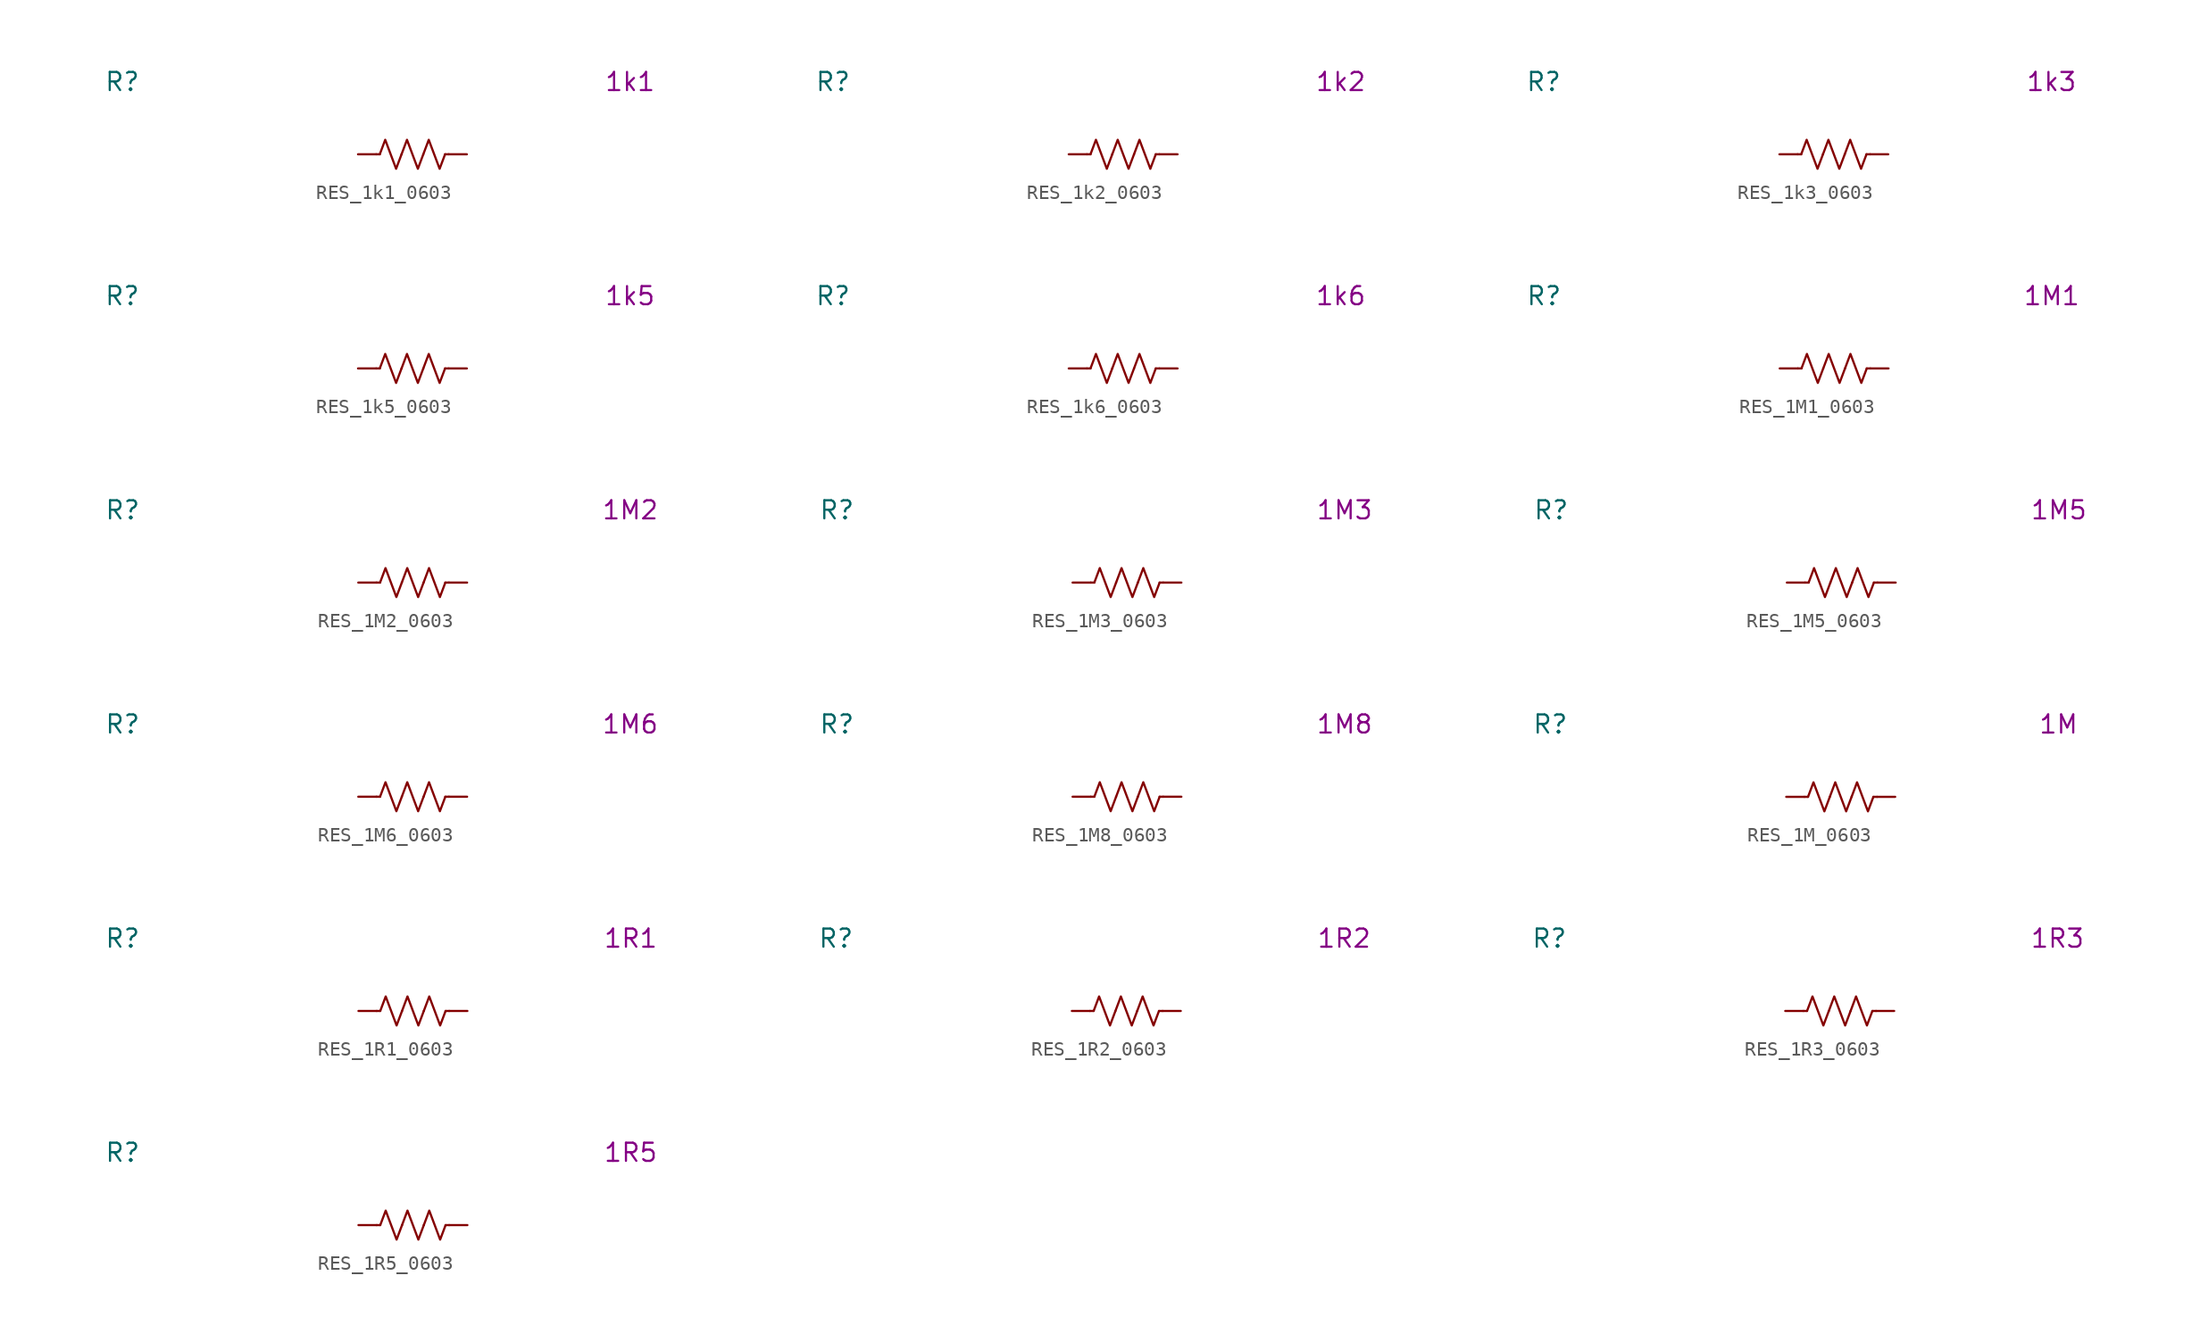
<source format=kicad_sym>
(kicad_symbol_lib
  (version 20231120)
  (generator "kicad_symbol_editor")
  (generator_version "8.0")
  (symbol "RES_1k1_0603"
    (pin_numbers hide)
    (property "Reference" "R"
      (at -20.32 5.08 0)
      (effects (font (size 1.27 1.27))))
    (property "Display Value" "1k1"
      (at 15.24 5.08 0)
      (effects (font (size 1.27 1.27))))
    (symbol "RES_1k1_0603_0_1"
      (polyline (pts (xy -2.286 0) (xy -2.54 0)) (stroke (width 0) (type default)) (fill (type none)))
      (polyline (pts (xy 2.286 0) (xy 2.54 0)) (stroke (width 0) (type default)) (fill (type none)))
      (polyline (pts (xy -2.286 0) (xy -1.905 1.016) (xy -1.524 0) (xy -1.143 -1.016) (xy -0.762 0)) (stroke (width 0) (type default)) (fill (type none)))
      (polyline (pts (xy -0.762 0) (xy -0.381 1.016) (xy 0 0) (xy 0.381 -1.016) (xy 0.762 0)) (stroke (width 0) (type default)) (fill (type none)))
      (polyline (pts (xy 0.762 0) (xy 1.143 1.016) (xy 1.524 0) (xy 1.905 -1.016) (xy 2.286 0)) (stroke (width 0) (type default)) (fill (type none))))
    (symbol "RES_1k1_0603_1_1"
      (pin passive line (at -3.81 0 0) (length 1.27) (name "~" (effects (font (size 1.27 1.27)))) (number "1" (effects (font (size 1.27 1.27)))))
      (pin passive line (at 3.81 0 180) (length 1.27) (name "~" (effects (font (size 1.27 1.27)))) (number "2" (effects (font (size 1.27 1.27)))))))
  (symbol "RES_1k2_0603"
    (pin_numbers hide)
    (property "Reference" "R"
      (at -20.32 5.08 0)
      (effects (font (size 1.27 1.27))))
    (property "Display Value" "1k2"
      (at 15.24 5.08 0)
      (effects (font (size 1.27 1.27))))
    (symbol "RES_1k2_0603_0_1"
      (polyline (pts (xy -2.286 0) (xy -2.54 0)) (stroke (width 0) (type default)) (fill (type none)))
      (polyline (pts (xy 2.286 0) (xy 2.54 0)) (stroke (width 0) (type default)) (fill (type none)))
      (polyline (pts (xy -2.286 0) (xy -1.905 1.016) (xy -1.524 0) (xy -1.143 -1.016) (xy -0.762 0)) (stroke (width 0) (type default)) (fill (type none)))
      (polyline (pts (xy -0.762 0) (xy -0.381 1.016) (xy 0 0) (xy 0.381 -1.016) (xy 0.762 0)) (stroke (width 0) (type default)) (fill (type none)))
      (polyline (pts (xy 0.762 0) (xy 1.143 1.016) (xy 1.524 0) (xy 1.905 -1.016) (xy 2.286 0)) (stroke (width 0) (type default)) (fill (type none))))
    (symbol "RES_1k2_0603_1_1"
      (pin passive line (at -3.81 0 0) (length 1.27) (name "~" (effects (font (size 1.27 1.27)))) (number "1" (effects (font (size 1.27 1.27)))))
      (pin passive line (at 3.81 0 180) (length 1.27) (name "~" (effects (font (size 1.27 1.27)))) (number "2" (effects (font (size 1.27 1.27)))))))
  (symbol "RES_1k3_0603"
    (pin_numbers hide)
    (property "Reference" "R"
      (at -20.32 5.08 0)
      (effects (font (size 1.27 1.27))))
    (property "Display Value" "1k3"
      (at 15.24 5.08 0)
      (effects (font (size 1.27 1.27))))
    (symbol "RES_1k3_0603_0_1"
      (polyline (pts (xy -2.286 0) (xy -2.54 0)) (stroke (width 0) (type default)) (fill (type none)))
      (polyline (pts (xy 2.286 0) (xy 2.54 0)) (stroke (width 0) (type default)) (fill (type none)))
      (polyline (pts (xy -2.286 0) (xy -1.905 1.016) (xy -1.524 0) (xy -1.143 -1.016) (xy -0.762 0)) (stroke (width 0) (type default)) (fill (type none)))
      (polyline (pts (xy -0.762 0) (xy -0.381 1.016) (xy 0 0) (xy 0.381 -1.016) (xy 0.762 0)) (stroke (width 0) (type default)) (fill (type none)))
      (polyline (pts (xy 0.762 0) (xy 1.143 1.016) (xy 1.524 0) (xy 1.905 -1.016) (xy 2.286 0)) (stroke (width 0) (type default)) (fill (type none))))
    (symbol "RES_1k3_0603_1_1"
      (pin passive line (at -3.81 0 0) (length 1.27) (name "~" (effects (font (size 1.27 1.27)))) (number "1" (effects (font (size 1.27 1.27)))))
      (pin passive line (at 3.81 0 180) (length 1.27) (name "~" (effects (font (size 1.27 1.27)))) (number "2" (effects (font (size 1.27 1.27)))))))
  (symbol "RES_1k5_0603"
    (pin_numbers hide)
    (property "Reference" "R"
      (at -20.32 5.08 0)
      (effects (font (size 1.27 1.27))))
    (property "Display Value" "1k5"
      (at 15.24 5.08 0)
      (effects (font (size 1.27 1.27))))
    (symbol "RES_1k5_0603_0_1"
      (polyline (pts (xy -2.286 0) (xy -2.54 0)) (stroke (width 0) (type default)) (fill (type none)))
      (polyline (pts (xy 2.286 0) (xy 2.54 0)) (stroke (width 0) (type default)) (fill (type none)))
      (polyline (pts (xy -2.286 0) (xy -1.905 1.016) (xy -1.524 0) (xy -1.143 -1.016) (xy -0.762 0)) (stroke (width 0) (type default)) (fill (type none)))
      (polyline (pts (xy -0.762 0) (xy -0.381 1.016) (xy 0 0) (xy 0.381 -1.016) (xy 0.762 0)) (stroke (width 0) (type default)) (fill (type none)))
      (polyline (pts (xy 0.762 0) (xy 1.143 1.016) (xy 1.524 0) (xy 1.905 -1.016) (xy 2.286 0)) (stroke (width 0) (type default)) (fill (type none))))
    (symbol "RES_1k5_0603_1_1"
      (pin passive line (at -3.81 0 0) (length 1.27) (name "~" (effects (font (size 1.27 1.27)))) (number "1" (effects (font (size 1.27 1.27)))))
      (pin passive line (at 3.81 0 180) (length 1.27) (name "~" (effects (font (size 1.27 1.27)))) (number "2" (effects (font (size 1.27 1.27)))))))
  (symbol "RES_1k6_0603"
    (pin_numbers hide)
    (property "Reference" "R"
      (at -20.32 5.08 0)
      (effects (font (size 1.27 1.27))))
    (property "Display Value" "1k6"
      (at 15.24 5.08 0)
      (effects (font (size 1.27 1.27))))
    (symbol "RES_1k6_0603_0_1"
      (polyline (pts (xy -2.286 0) (xy -2.54 0)) (stroke (width 0) (type default)) (fill (type none)))
      (polyline (pts (xy 2.286 0) (xy 2.54 0)) (stroke (width 0) (type default)) (fill (type none)))
      (polyline (pts (xy -2.286 0) (xy -1.905 1.016) (xy -1.524 0) (xy -1.143 -1.016) (xy -0.762 0)) (stroke (width 0) (type default)) (fill (type none)))
      (polyline (pts (xy -0.762 0) (xy -0.381 1.016) (xy 0 0) (xy 0.381 -1.016) (xy 0.762 0)) (stroke (width 0) (type default)) (fill (type none)))
      (polyline (pts (xy 0.762 0) (xy 1.143 1.016) (xy 1.524 0) (xy 1.905 -1.016) (xy 2.286 0)) (stroke (width 0) (type default)) (fill (type none))))
    (symbol "RES_1k6_0603_1_1"
      (pin passive line (at -3.81 0 0) (length 1.27) (name "~" (effects (font (size 1.27 1.27)))) (number "1" (effects (font (size 1.27 1.27)))))
      (pin passive line (at 3.81 0 180) (length 1.27) (name "~" (effects (font (size 1.27 1.27)))) (number "2" (effects (font (size 1.27 1.27)))))))
  (symbol "RES_1M1_0603"
    (pin_numbers hide)
    (property "Reference" "R"
      (at -20.32 5.08 0)
      (effects (font (size 1.27 1.27))))
    (property "Display Value" "1M1"
      (at 15.24 5.08 0)
      (effects (font (size 1.27 1.27))))
    (symbol "RES_1M1_0603_0_1"
      (polyline (pts (xy -2.286 0) (xy -2.54 0)) (stroke (width 0) (type default)) (fill (type none)))
      (polyline (pts (xy 2.286 0) (xy 2.54 0)) (stroke (width 0) (type default)) (fill (type none)))
      (polyline (pts (xy -2.286 0) (xy -1.905 1.016) (xy -1.524 0) (xy -1.143 -1.016) (xy -0.762 0)) (stroke (width 0) (type default)) (fill (type none)))
      (polyline (pts (xy -0.762 0) (xy -0.381 1.016) (xy 0 0) (xy 0.381 -1.016) (xy 0.762 0)) (stroke (width 0) (type default)) (fill (type none)))
      (polyline (pts (xy 0.762 0) (xy 1.143 1.016) (xy 1.524 0) (xy 1.905 -1.016) (xy 2.286 0)) (stroke (width 0) (type default)) (fill (type none))))
    (symbol "RES_1M1_0603_1_1"
      (pin passive line (at -3.81 0 0) (length 1.27) (name "~" (effects (font (size 1.27 1.27)))) (number "1" (effects (font (size 1.27 1.27)))))
      (pin passive line (at 3.81 0 180) (length 1.27) (name "~" (effects (font (size 1.27 1.27)))) (number "2" (effects (font (size 1.27 1.27)))))))
  (symbol "RES_1M2_0603"
    (pin_numbers hide)
    (property "Reference" "R"
      (at -20.32 5.08 0)
      (effects (font (size 1.27 1.27))))
    (property "Display Value" "1M2"
      (at 15.24 5.08 0)
      (effects (font (size 1.27 1.27))))
    (symbol "RES_1M2_0603_0_1"
      (polyline (pts (xy -2.286 0) (xy -2.54 0)) (stroke (width 0) (type default)) (fill (type none)))
      (polyline (pts (xy 2.286 0) (xy 2.54 0)) (stroke (width 0) (type default)) (fill (type none)))
      (polyline (pts (xy -2.286 0) (xy -1.905 1.016) (xy -1.524 0) (xy -1.143 -1.016) (xy -0.762 0)) (stroke (width 0) (type default)) (fill (type none)))
      (polyline (pts (xy -0.762 0) (xy -0.381 1.016) (xy 0 0) (xy 0.381 -1.016) (xy 0.762 0)) (stroke (width 0) (type default)) (fill (type none)))
      (polyline (pts (xy 0.762 0) (xy 1.143 1.016) (xy 1.524 0) (xy 1.905 -1.016) (xy 2.286 0)) (stroke (width 0) (type default)) (fill (type none))))
    (symbol "RES_1M2_0603_1_1"
      (pin passive line (at -3.81 0 0) (length 1.27) (name "~" (effects (font (size 1.27 1.27)))) (number "1" (effects (font (size 1.27 1.27)))))
      (pin passive line (at 3.81 0 180) (length 1.27) (name "~" (effects (font (size 1.27 1.27)))) (number "2" (effects (font (size 1.27 1.27)))))))
  (symbol "RES_1M3_0603"
    (pin_numbers hide)
    (property "Reference" "R"
      (at -20.32 5.08 0)
      (effects (font (size 1.27 1.27))))
    (property "Display Value" "1M3"
      (at 15.24 5.08 0)
      (effects (font (size 1.27 1.27))))
    (symbol "RES_1M3_0603_0_1"
      (polyline (pts (xy -2.286 0) (xy -2.54 0)) (stroke (width 0) (type default)) (fill (type none)))
      (polyline (pts (xy 2.286 0) (xy 2.54 0)) (stroke (width 0) (type default)) (fill (type none)))
      (polyline (pts (xy -2.286 0) (xy -1.905 1.016) (xy -1.524 0) (xy -1.143 -1.016) (xy -0.762 0)) (stroke (width 0) (type default)) (fill (type none)))
      (polyline (pts (xy -0.762 0) (xy -0.381 1.016) (xy 0 0) (xy 0.381 -1.016) (xy 0.762 0)) (stroke (width 0) (type default)) (fill (type none)))
      (polyline (pts (xy 0.762 0) (xy 1.143 1.016) (xy 1.524 0) (xy 1.905 -1.016) (xy 2.286 0)) (stroke (width 0) (type default)) (fill (type none))))
    (symbol "RES_1M3_0603_1_1"
      (pin passive line (at -3.81 0 0) (length 1.27) (name "~" (effects (font (size 1.27 1.27)))) (number "1" (effects (font (size 1.27 1.27)))))
      (pin passive line (at 3.81 0 180) (length 1.27) (name "~" (effects (font (size 1.27 1.27)))) (number "2" (effects (font (size 1.27 1.27)))))))
  (symbol "RES_1M5_0603"
    (pin_numbers hide)
    (property "Reference" "R"
      (at -20.32 5.08 0)
      (effects (font (size 1.27 1.27))))
    (property "Display Value" "1M5"
      (at 15.24 5.08 0)
      (effects (font (size 1.27 1.27))))
    (symbol "RES_1M5_0603_0_1"
      (polyline (pts (xy -2.286 0) (xy -2.54 0)) (stroke (width 0) (type default)) (fill (type none)))
      (polyline (pts (xy 2.286 0) (xy 2.54 0)) (stroke (width 0) (type default)) (fill (type none)))
      (polyline (pts (xy -2.286 0) (xy -1.905 1.016) (xy -1.524 0) (xy -1.143 -1.016) (xy -0.762 0)) (stroke (width 0) (type default)) (fill (type none)))
      (polyline (pts (xy -0.762 0) (xy -0.381 1.016) (xy 0 0) (xy 0.381 -1.016) (xy 0.762 0)) (stroke (width 0) (type default)) (fill (type none)))
      (polyline (pts (xy 0.762 0) (xy 1.143 1.016) (xy 1.524 0) (xy 1.905 -1.016) (xy 2.286 0)) (stroke (width 0) (type default)) (fill (type none))))
    (symbol "RES_1M5_0603_1_1"
      (pin passive line (at -3.81 0 0) (length 1.27) (name "~" (effects (font (size 1.27 1.27)))) (number "1" (effects (font (size 1.27 1.27)))))
      (pin passive line (at 3.81 0 180) (length 1.27) (name "~" (effects (font (size 1.27 1.27)))) (number "2" (effects (font (size 1.27 1.27)))))))
  (symbol "RES_1M6_0603"
    (pin_numbers hide)
    (property "Reference" "R"
      (at -20.32 5.08 0)
      (effects (font (size 1.27 1.27))))
    (property "Display Value" "1M6"
      (at 15.24 5.08 0)
      (effects (font (size 1.27 1.27))))
    (symbol "RES_1M6_0603_0_1"
      (polyline (pts (xy -2.286 0) (xy -2.54 0)) (stroke (width 0) (type default)) (fill (type none)))
      (polyline (pts (xy 2.286 0) (xy 2.54 0)) (stroke (width 0) (type default)) (fill (type none)))
      (polyline (pts (xy -2.286 0) (xy -1.905 1.016) (xy -1.524 0) (xy -1.143 -1.016) (xy -0.762 0)) (stroke (width 0) (type default)) (fill (type none)))
      (polyline (pts (xy -0.762 0) (xy -0.381 1.016) (xy 0 0) (xy 0.381 -1.016) (xy 0.762 0)) (stroke (width 0) (type default)) (fill (type none)))
      (polyline (pts (xy 0.762 0) (xy 1.143 1.016) (xy 1.524 0) (xy 1.905 -1.016) (xy 2.286 0)) (stroke (width 0) (type default)) (fill (type none))))
    (symbol "RES_1M6_0603_1_1"
      (pin passive line (at -3.81 0 0) (length 1.27) (name "~" (effects (font (size 1.27 1.27)))) (number "1" (effects (font (size 1.27 1.27)))))
      (pin passive line (at 3.81 0 180) (length 1.27) (name "~" (effects (font (size 1.27 1.27)))) (number "2" (effects (font (size 1.27 1.27)))))))
  (symbol "RES_1M8_0603"
    (pin_numbers hide)
    (property "Reference" "R"
      (at -20.32 5.08 0)
      (effects (font (size 1.27 1.27))))
    (property "Display Value" "1M8"
      (at 15.24 5.08 0)
      (effects (font (size 1.27 1.27))))
    (symbol "RES_1M8_0603_0_1"
      (polyline (pts (xy -2.286 0) (xy -2.54 0)) (stroke (width 0) (type default)) (fill (type none)))
      (polyline (pts (xy 2.286 0) (xy 2.54 0)) (stroke (width 0) (type default)) (fill (type none)))
      (polyline (pts (xy -2.286 0) (xy -1.905 1.016) (xy -1.524 0) (xy -1.143 -1.016) (xy -0.762 0)) (stroke (width 0) (type default)) (fill (type none)))
      (polyline (pts (xy -0.762 0) (xy -0.381 1.016) (xy 0 0) (xy 0.381 -1.016) (xy 0.762 0)) (stroke (width 0) (type default)) (fill (type none)))
      (polyline (pts (xy 0.762 0) (xy 1.143 1.016) (xy 1.524 0) (xy 1.905 -1.016) (xy 2.286 0)) (stroke (width 0) (type default)) (fill (type none))))
    (symbol "RES_1M8_0603_1_1"
      (pin passive line (at -3.81 0 0) (length 1.27) (name "~" (effects (font (size 1.27 1.27)))) (number "1" (effects (font (size 1.27 1.27)))))
      (pin passive line (at 3.81 0 180) (length 1.27) (name "~" (effects (font (size 1.27 1.27)))) (number "2" (effects (font (size 1.27 1.27)))))))
  (symbol "RES_1M_0603"
    (pin_numbers hide)
    (property "Reference" "R"
      (at -20.32 5.08 0)
      (effects (font (size 1.27 1.27))))
    (property "Display Value" "1M"
      (at 15.24 5.08 0)
      (effects (font (size 1.27 1.27))))
    (symbol "RES_1M_0603_0_1"
      (polyline (pts (xy -2.286 0) (xy -2.54 0)) (stroke (width 0) (type default)) (fill (type none)))
      (polyline (pts (xy 2.286 0) (xy 2.54 0)) (stroke (width 0) (type default)) (fill (type none)))
      (polyline (pts (xy -2.286 0) (xy -1.905 1.016) (xy -1.524 0) (xy -1.143 -1.016) (xy -0.762 0)) (stroke (width 0) (type default)) (fill (type none)))
      (polyline (pts (xy -0.762 0) (xy -0.381 1.016) (xy 0 0) (xy 0.381 -1.016) (xy 0.762 0)) (stroke (width 0) (type default)) (fill (type none)))
      (polyline (pts (xy 0.762 0) (xy 1.143 1.016) (xy 1.524 0) (xy 1.905 -1.016) (xy 2.286 0)) (stroke (width 0) (type default)) (fill (type none))))
    (symbol "RES_1M_0603_1_1"
      (pin passive line (at -3.81 0 0) (length 1.27) (name "~" (effects (font (size 1.27 1.27)))) (number "1" (effects (font (size 1.27 1.27)))))
      (pin passive line (at 3.81 0 180) (length 1.27) (name "~" (effects (font (size 1.27 1.27)))) (number "2" (effects (font (size 1.27 1.27)))))))
  (symbol "RES_1R1_0603"
    (pin_numbers hide)
    (property "Reference" "R"
      (at -20.32 5.08 0)
      (effects (font (size 1.27 1.27))))
    (property "Display Value" "1R1"
      (at 15.24 5.08 0)
      (effects (font (size 1.27 1.27))))
    (symbol "RES_1R1_0603_0_1"
      (polyline (pts (xy -2.286 0) (xy -2.54 0)) (stroke (width 0) (type default)) (fill (type none)))
      (polyline (pts (xy 2.286 0) (xy 2.54 0)) (stroke (width 0) (type default)) (fill (type none)))
      (polyline (pts (xy -2.286 0) (xy -1.905 1.016) (xy -1.524 0) (xy -1.143 -1.016) (xy -0.762 0)) (stroke (width 0) (type default)) (fill (type none)))
      (polyline (pts (xy -0.762 0) (xy -0.381 1.016) (xy 0 0) (xy 0.381 -1.016) (xy 0.762 0)) (stroke (width 0) (type default)) (fill (type none)))
      (polyline (pts (xy 0.762 0) (xy 1.143 1.016) (xy 1.524 0) (xy 1.905 -1.016) (xy 2.286 0)) (stroke (width 0) (type default)) (fill (type none))))
    (symbol "RES_1R1_0603_1_1"
      (pin passive line (at -3.81 0 0) (length 1.27) (name "~" (effects (font (size 1.27 1.27)))) (number "1" (effects (font (size 1.27 1.27)))))
      (pin passive line (at 3.81 0 180) (length 1.27) (name "~" (effects (font (size 1.27 1.27)))) (number "2" (effects (font (size 1.27 1.27)))))))
  (symbol "RES_1R2_0603"
    (pin_numbers hide)
    (property "Reference" "R"
      (at -20.32 5.08 0)
      (effects (font (size 1.27 1.27))))
    (property "Display Value" "1R2"
      (at 15.24 5.08 0)
      (effects (font (size 1.27 1.27))))
    (symbol "RES_1R2_0603_0_1"
      (polyline (pts (xy -2.286 0) (xy -2.54 0)) (stroke (width 0) (type default)) (fill (type none)))
      (polyline (pts (xy 2.286 0) (xy 2.54 0)) (stroke (width 0) (type default)) (fill (type none)))
      (polyline (pts (xy -2.286 0) (xy -1.905 1.016) (xy -1.524 0) (xy -1.143 -1.016) (xy -0.762 0)) (stroke (width 0) (type default)) (fill (type none)))
      (polyline (pts (xy -0.762 0) (xy -0.381 1.016) (xy 0 0) (xy 0.381 -1.016) (xy 0.762 0)) (stroke (width 0) (type default)) (fill (type none)))
      (polyline (pts (xy 0.762 0) (xy 1.143 1.016) (xy 1.524 0) (xy 1.905 -1.016) (xy 2.286 0)) (stroke (width 0) (type default)) (fill (type none))))
    (symbol "RES_1R2_0603_1_1"
      (pin passive line (at -3.81 0 0) (length 1.27) (name "~" (effects (font (size 1.27 1.27)))) (number "1" (effects (font (size 1.27 1.27)))))
      (pin passive line (at 3.81 0 180) (length 1.27) (name "~" (effects (font (size 1.27 1.27)))) (number "2" (effects (font (size 1.27 1.27)))))))
  (symbol "RES_1R3_0603"
    (pin_numbers hide)
    (property "Reference" "R"
      (at -20.32 5.08 0)
      (effects (font (size 1.27 1.27))))
    (property "Display Value" "1R3"
      (at 15.24 5.08 0)
      (effects (font (size 1.27 1.27))))
    (symbol "RES_1R3_0603_0_1"
      (polyline (pts (xy -2.286 0) (xy -2.54 0)) (stroke (width 0) (type default)) (fill (type none)))
      (polyline (pts (xy 2.286 0) (xy 2.54 0)) (stroke (width 0) (type default)) (fill (type none)))
      (polyline (pts (xy -2.286 0) (xy -1.905 1.016) (xy -1.524 0) (xy -1.143 -1.016) (xy -0.762 0)) (stroke (width 0) (type default)) (fill (type none)))
      (polyline (pts (xy -0.762 0) (xy -0.381 1.016) (xy 0 0) (xy 0.381 -1.016) (xy 0.762 0)) (stroke (width 0) (type default)) (fill (type none)))
      (polyline (pts (xy 0.762 0) (xy 1.143 1.016) (xy 1.524 0) (xy 1.905 -1.016) (xy 2.286 0)) (stroke (width 0) (type default)) (fill (type none))))
    (symbol "RES_1R3_0603_1_1"
      (pin passive line (at -3.81 0 0) (length 1.27) (name "~" (effects (font (size 1.27 1.27)))) (number "1" (effects (font (size 1.27 1.27)))))
      (pin passive line (at 3.81 0 180) (length 1.27) (name "~" (effects (font (size 1.27 1.27)))) (number "2" (effects (font (size 1.27 1.27)))))))
  (symbol "RES_1R5_0603"
    (pin_numbers hide)
    (property "Reference" "R"
      (at -20.32 5.08 0)
      (effects (font (size 1.27 1.27))))
    (property "Display Value" "1R5"
      (at 15.24 5.08 0)
      (effects (font (size 1.27 1.27))))
    (symbol "RES_1R5_0603_0_1"
      (polyline (pts (xy -2.286 0) (xy -2.54 0)) (stroke (width 0) (type default)) (fill (type none)))
      (polyline (pts (xy 2.286 0) (xy 2.54 0)) (stroke (width 0) (type default)) (fill (type none)))
      (polyline (pts (xy -2.286 0) (xy -1.905 1.016) (xy -1.524 0) (xy -1.143 -1.016) (xy -0.762 0)) (stroke (width 0) (type default)) (fill (type none)))
      (polyline (pts (xy -0.762 0) (xy -0.381 1.016) (xy 0 0) (xy 0.381 -1.016) (xy 0.762 0)) (stroke (width 0) (type default)) (fill (type none)))
      (polyline (pts (xy 0.762 0) (xy 1.143 1.016) (xy 1.524 0) (xy 1.905 -1.016) (xy 2.286 0)) (stroke (width 0) (type default)) (fill (type none))))
    (symbol "RES_1R5_0603_1_1"
      (pin passive line (at -3.81 0 0) (length 1.27) (name "~" (effects (font (size 1.27 1.27)))) (number "1" (effects (font (size 1.27 1.27)))))
      (pin passive line (at 3.81 0 180) (length 1.27) (name "~" (effects (font (size 1.27 1.27)))) (number "2" (effects (font (size 1.27 1.27))))))))
</source>
